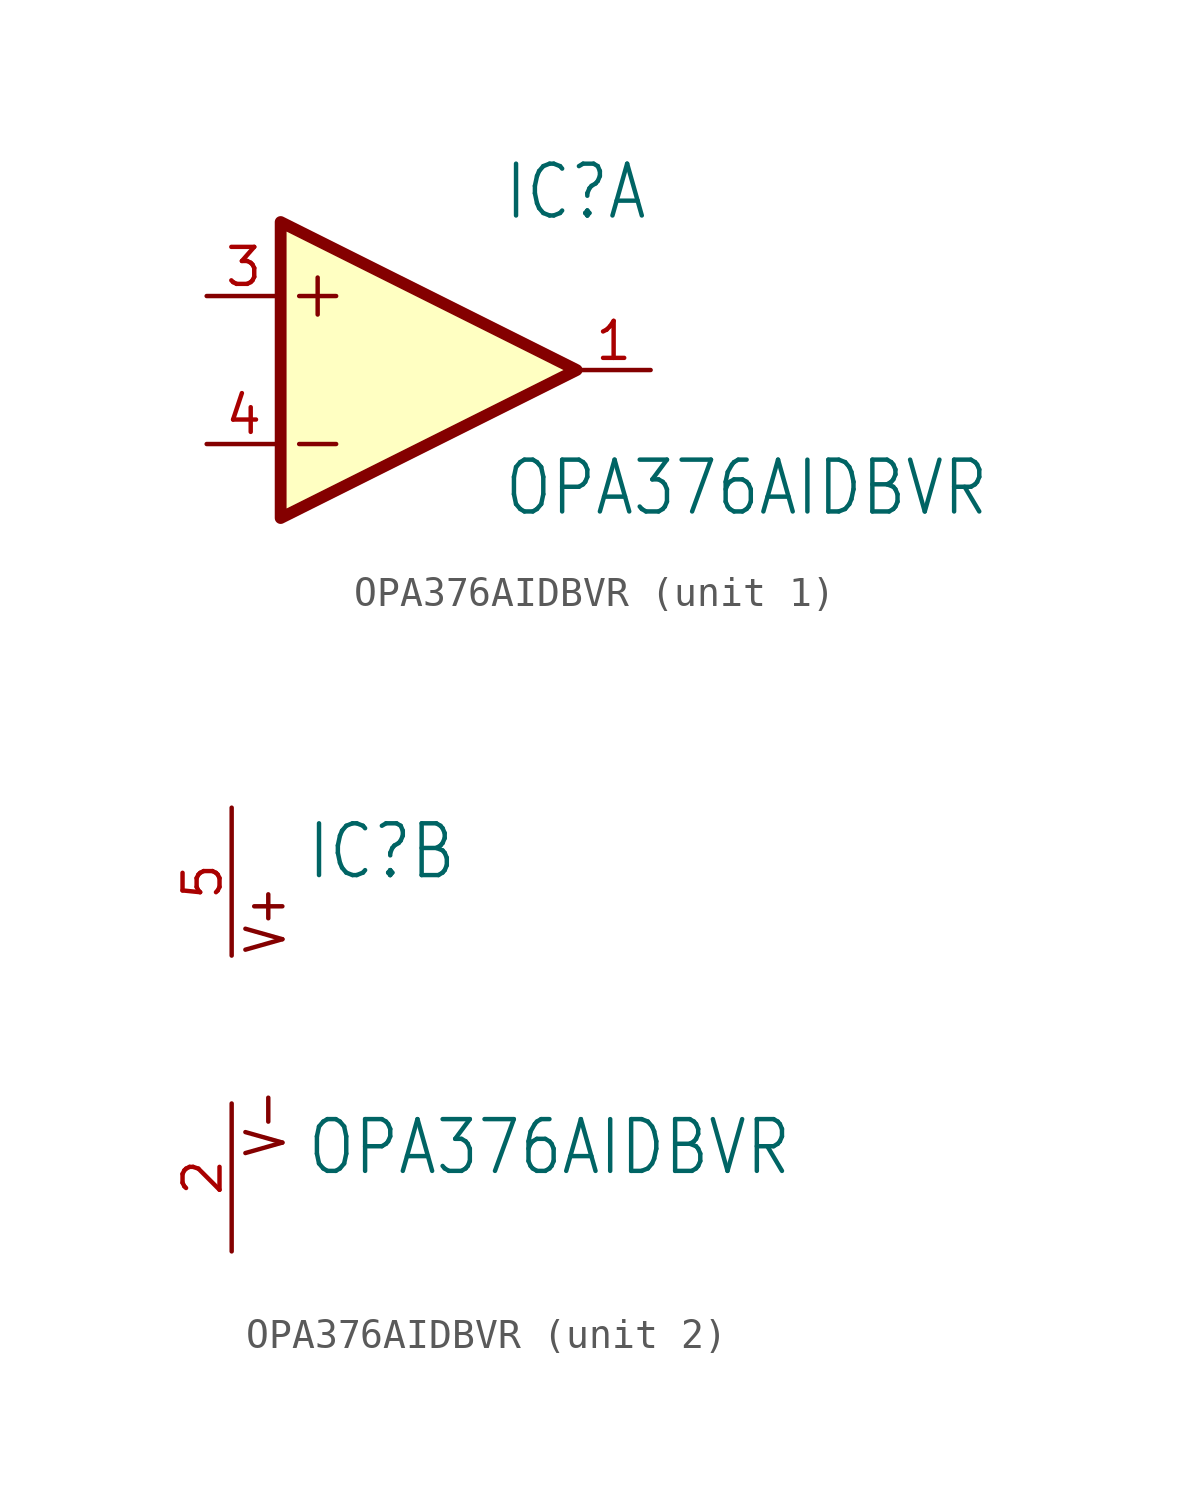
<source format=kicad_sym>
(kicad_symbol_lib
  (version 20220914)
  (generator kicad_symbol_editor)
  (symbol "OPA376AIDBVR"
    (property "Reference" "IC"
      (at 2.54 5.08 0)
      (effects (font (size 1.778 1.511)) (justify left bottom)))
    (property "Value" "OPA376AIDBVR"
      (at 2.54 -5.08 0)
      (effects (font (size 1.778 1.511)) (justify left bottom)))
    (property "ki_locked" ""
      (at 0 0 0)
      (effects (font (size 1.27 1.27))))
    (symbol "OPA376AIDBVR_1_0"
      (polyline (pts (xy -4.445 -2.54) (xy -3.175 -2.54)) (stroke (width 0.152) (type solid)) (fill (type none)))
      (polyline (pts (xy -4.445 2.54) (xy -3.175 2.54)) (stroke (width 0.152) (type solid)) (fill (type none)))
      (polyline (pts (xy -3.81 3.175) (xy -3.81 1.905)) (stroke (width 0.152) (type solid)) (fill (type none)))
      (pin output line (at 7.62 0 180) (length 2.54) (name "OUT" (effects (font (size 0 0)))) (number "1" (effects (font (size 1.27 1.27)))))
      (pin input line (at -7.62 2.54 0) (length 2.54) (name "+IN" (effects (font (size 0 0)))) (number "3" (effects (font (size 1.27 1.27)))))
      (pin input line (at -7.62 -2.54 0) (length 2.54) (name "-IN" (effects (font (size 0 0)))) (number "4" (effects (font (size 1.27 1.27))))))
    (symbol "OPA376AIDBVR_1_1"
      (polyline (pts (xy -5.08 5.08) (xy 5.08 0) (xy -5.08 -5.08) (xy -5.08 5.08)) (stroke (width 0.406) (type default)) (fill (type background))))
    (symbol "OPA376AIDBVR_2_0"
      (text "V+" (at 1.905 2.54 900) (effects (font (size 1.27 1.079)) (justify left bottom)))
      (text "V-" (at 1.905 -4.445 900) (effects (font (size 1.27 1.079)) (justify left bottom)))
      (pin power_in line (at 0 -7.62 90) (length 5.08) (name "V-" (effects (font (size 0 0)))) (number "2" (effects (font (size 1.27 1.27)))))
      (pin power_in line (at 0 7.62 270) (length 5.08) (name "V+" (effects (font (size 0 0)))) (number "5" (effects (font (size 1.27 1.27))))))))
</source>
